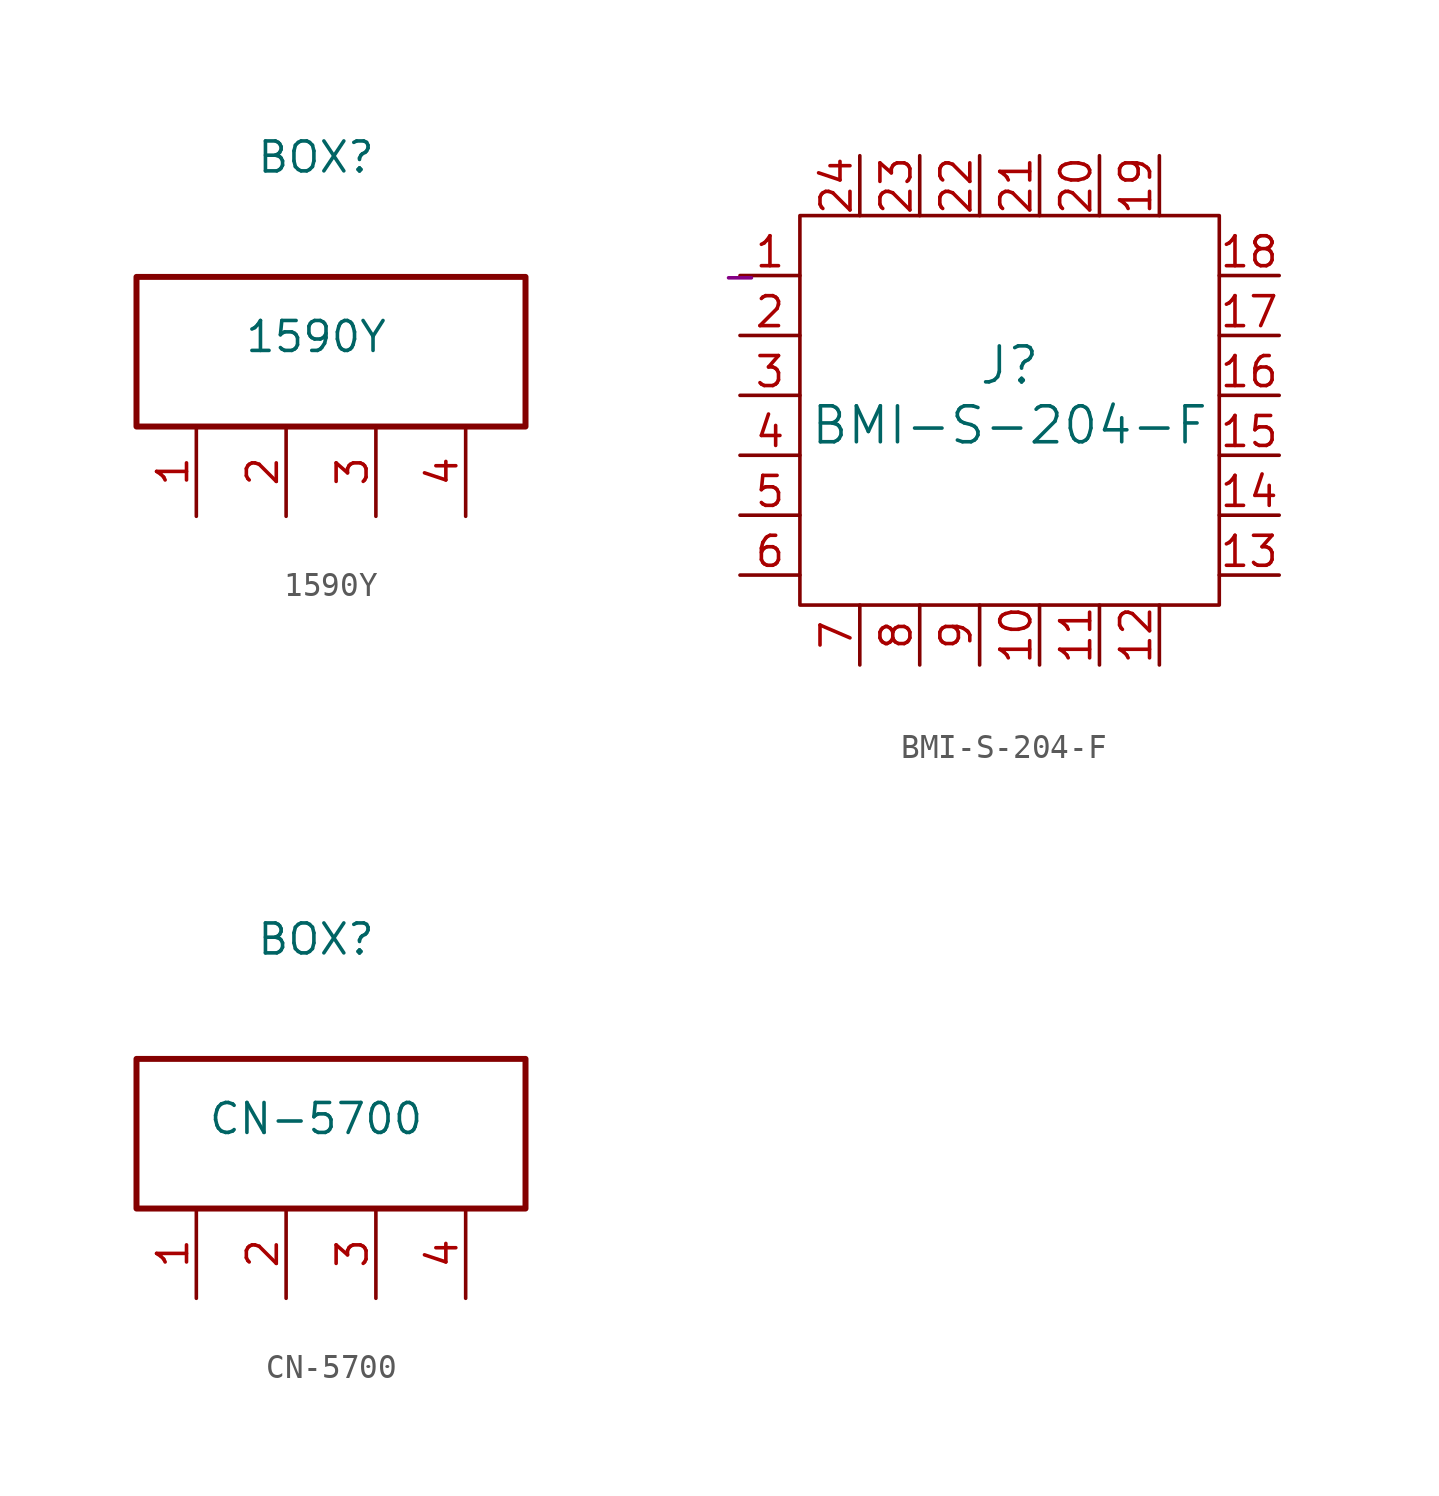
<source format=kicad_sym>
(kicad_symbol_lib
  (version 20220914)
  (generator kicad_symbol_editor)
  (symbol "1590Y"
    (pin_names
      (offset 1.016) hide)
    (property "Reference" "BOX"
      (at 5.08 11.43 0)
      (effects (font (size 1.27 1.27))))
    (property "Value" "1590Y"
      (at 5.08 3.81 0)
      (effects (font (size 1.27 1.27))))
    (symbol "1590Y_1_1"
      (rectangle (start -2.54 6.35) (end 13.97 0) (stroke (width 0.254) (type default)) (fill (type none)))
      (pin passive line (at 0 -3.81 90) (length 3.81) (name "Pin_1" (effects (font (size 1.27 1.27)))) (number "1" (effects (font (size 1.27 1.27)))))
      (pin passive line (at 3.81 -3.81 90) (length 3.81) (name "Pin_2" (effects (font (size 1.27 1.27)))) (number "2" (effects (font (size 1.27 1.27)))))
      (pin passive line (at 7.62 -3.81 90) (length 3.81) (name "Pin_3" (effects (font (size 1.27 1.27)))) (number "3" (effects (font (size 1.27 1.27)))))
      (pin passive line (at 11.43 -3.81 90) (length 3.81) (name "Pin_4" (effects (font (size 1.27 1.27)))) (number "4" (effects (font (size 1.27 1.27)))))))
  (symbol "BMI-S-204-F"
    (pin_names
      (offset 1.016) hide)
    (property "Reference" "J"
      (at 11.43 -3.81 0)
      (effects (font (size 1.524 1.524))))
    (property "Value" "BMI-S-204-F"
      (at 11.43 -6.35 0)
      (effects (font (size 1.524 1.524))))
    (property "Datasheet" ""
      (at 0 0 0)
      (effects (font (size 1.524 1.524))))
    (property "Desc1" "-"
      (at 0 0 0)
      (effects (font (size 1.27 1.27))))
    (property "Height" ""
      (at 0 0 0)
      (effects (font (size 1.27 1.27))))
    (symbol "BMI-S-204-F_0_1"
      (rectangle (start 2.54 2.54) (end 20.32 -13.97) (stroke (width 0) (type default)) (fill (type none))))
    (symbol "BMI-S-204-F_1_1"
      (pin power_in line (at 0 0 0) (length 2.54) (name "1" (effects (font (size 1.27 1.27)))) (number "1" (effects (font (size 1.27 1.27)))))
      (pin power_in line (at 12.7 -16.51 90) (length 2.54) (name "10" (effects (font (size 1.27 1.27)))) (number "10" (effects (font (size 1.27 1.27)))))
      (pin power_in line (at 15.24 -16.51 90) (length 2.54) (name "11" (effects (font (size 1.27 1.27)))) (number "11" (effects (font (size 1.27 1.27)))))
      (pin power_in line (at 17.78 -16.51 90) (length 2.54) (name "12" (effects (font (size 1.27 1.27)))) (number "12" (effects (font (size 1.27 1.27)))))
      (pin power_in line (at 22.86 -12.7 180) (length 2.54) (name "13" (effects (font (size 1.27 1.27)))) (number "13" (effects (font (size 1.27 1.27)))))
      (pin power_in line (at 22.86 -10.16 180) (length 2.54) (name "14" (effects (font (size 1.27 1.27)))) (number "14" (effects (font (size 1.27 1.27)))))
      (pin power_in line (at 22.86 -7.62 180) (length 2.54) (name "15" (effects (font (size 1.27 1.27)))) (number "15" (effects (font (size 1.27 1.27)))))
      (pin power_in line (at 22.86 -5.08 180) (length 2.54) (name "16" (effects (font (size 1.27 1.27)))) (number "16" (effects (font (size 1.27 1.27)))))
      (pin power_in line (at 22.86 -2.54 180) (length 2.54) (name "17" (effects (font (size 1.27 1.27)))) (number "17" (effects (font (size 1.27 1.27)))))
      (pin power_in line (at 22.86 0 180) (length 2.54) (name "18" (effects (font (size 1.27 1.27)))) (number "18" (effects (font (size 1.27 1.27)))))
      (pin power_in line (at 17.78 5.08 270) (length 2.54) (name "19" (effects (font (size 1.27 1.27)))) (number "19" (effects (font (size 1.27 1.27)))))
      (pin power_in line (at 0 -2.54 0) (length 2.54) (name "2" (effects (font (size 1.27 1.27)))) (number "2" (effects (font (size 1.27 1.27)))))
      (pin power_in line (at 15.24 5.08 270) (length 2.54) (name "20" (effects (font (size 1.27 1.27)))) (number "20" (effects (font (size 1.27 1.27)))))
      (pin power_in line (at 12.7 5.08 270) (length 2.54) (name "21" (effects (font (size 1.27 1.27)))) (number "21" (effects (font (size 1.27 1.27)))))
      (pin power_in line (at 10.16 5.08 270) (length 2.54) (name "22" (effects (font (size 1.27 1.27)))) (number "22" (effects (font (size 1.27 1.27)))))
      (pin power_in line (at 7.62 5.08 270) (length 2.54) (name "23" (effects (font (size 1.27 1.27)))) (number "23" (effects (font (size 1.27 1.27)))))
      (pin power_in line (at 5.08 5.08 270) (length 2.54) (name "24" (effects (font (size 1.27 1.27)))) (number "24" (effects (font (size 1.27 1.27)))))
      (pin power_in line (at 0 -5.08 0) (length 2.54) (name "3" (effects (font (size 1.27 1.27)))) (number "3" (effects (font (size 1.27 1.27)))))
      (pin power_in line (at 0 -7.62 0) (length 2.54) (name "4" (effects (font (size 1.27 1.27)))) (number "4" (effects (font (size 1.27 1.27)))))
      (pin power_in line (at 0 -10.16 0) (length 2.54) (name "5" (effects (font (size 1.27 1.27)))) (number "5" (effects (font (size 1.27 1.27)))))
      (pin power_in line (at 0 -12.7 0) (length 2.54) (name "6" (effects (font (size 1.27 1.27)))) (number "6" (effects (font (size 1.27 1.27)))))
      (pin power_in line (at 5.08 -16.51 90) (length 2.54) (name "7" (effects (font (size 1.27 1.27)))) (number "7" (effects (font (size 1.27 1.27)))))
      (pin power_in line (at 7.62 -16.51 90) (length 2.54) (name "8" (effects (font (size 1.27 1.27)))) (number "8" (effects (font (size 1.27 1.27)))))
      (pin power_in line (at 10.16 -16.51 90) (length 2.54) (name "9" (effects (font (size 1.27 1.27)))) (number "9" (effects (font (size 1.27 1.27)))))))
  (symbol "CN-5700"
    (pin_names
      (offset 1.016) hide)
    (property "Reference" "BOX"
      (at 5.08 11.43 0)
      (effects (font (size 1.27 1.27))))
    (property "Value" "CN-5700"
      (at 5.08 3.81 0)
      (effects (font (size 1.27 1.27))))
    (symbol "CN-5700_1_1"
      (rectangle (start -2.54 6.35) (end 13.97 0) (stroke (width 0.254) (type default)) (fill (type none)))
      (pin passive line (at 0 -3.81 90) (length 3.81) (name "Pin_1" (effects (font (size 1.27 1.27)))) (number "1" (effects (font (size 1.27 1.27)))))
      (pin passive line (at 3.81 -3.81 90) (length 3.81) (name "Pin_2" (effects (font (size 1.27 1.27)))) (number "2" (effects (font (size 1.27 1.27)))))
      (pin passive line (at 7.62 -3.81 90) (length 3.81) (name "Pin_3" (effects (font (size 1.27 1.27)))) (number "3" (effects (font (size 1.27 1.27)))))
      (pin passive line (at 11.43 -3.81 90) (length 3.81) (name "Pin_4" (effects (font (size 1.27 1.27)))) (number "4" (effects (font (size 1.27 1.27))))))))
</source>
